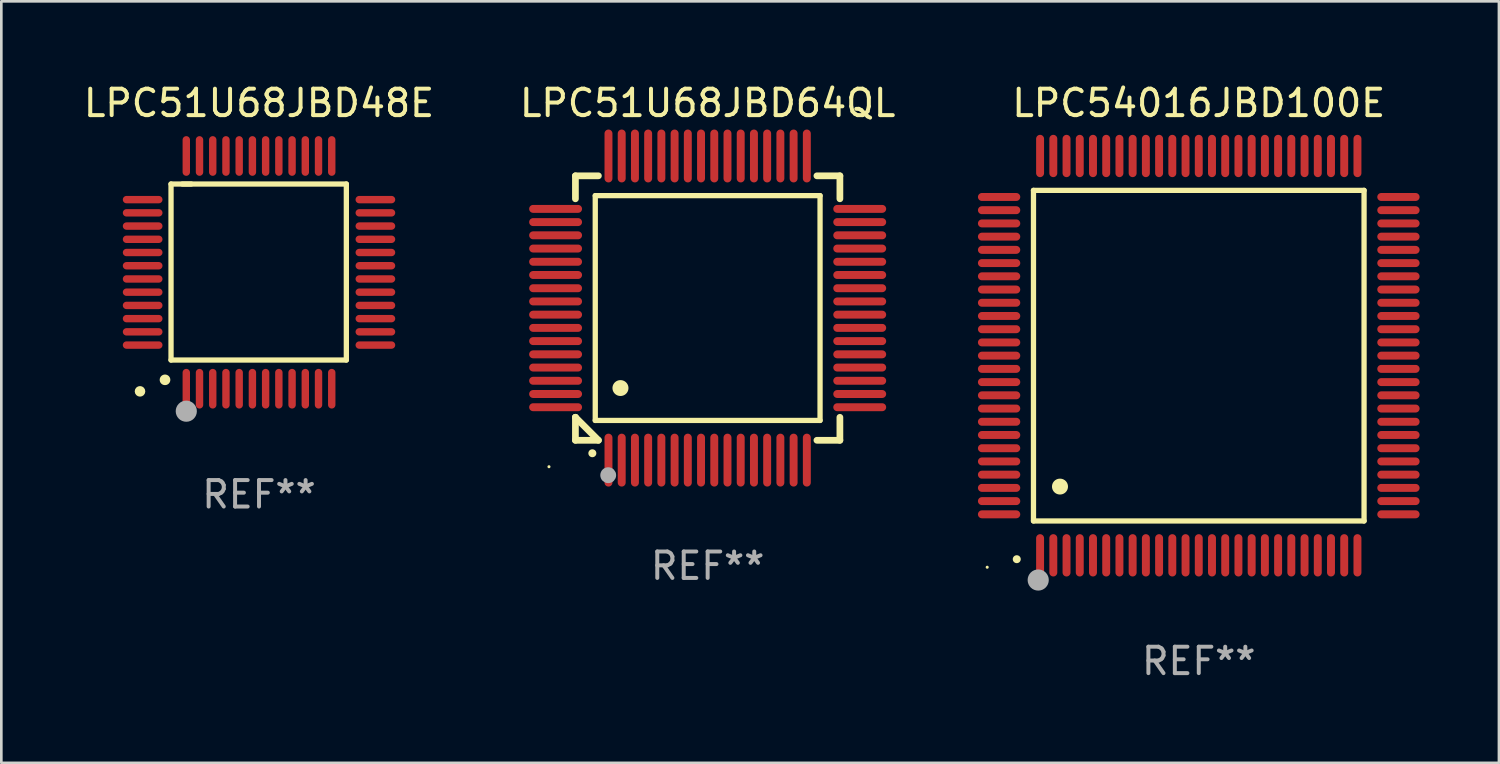
<source format=kicad_pcb>
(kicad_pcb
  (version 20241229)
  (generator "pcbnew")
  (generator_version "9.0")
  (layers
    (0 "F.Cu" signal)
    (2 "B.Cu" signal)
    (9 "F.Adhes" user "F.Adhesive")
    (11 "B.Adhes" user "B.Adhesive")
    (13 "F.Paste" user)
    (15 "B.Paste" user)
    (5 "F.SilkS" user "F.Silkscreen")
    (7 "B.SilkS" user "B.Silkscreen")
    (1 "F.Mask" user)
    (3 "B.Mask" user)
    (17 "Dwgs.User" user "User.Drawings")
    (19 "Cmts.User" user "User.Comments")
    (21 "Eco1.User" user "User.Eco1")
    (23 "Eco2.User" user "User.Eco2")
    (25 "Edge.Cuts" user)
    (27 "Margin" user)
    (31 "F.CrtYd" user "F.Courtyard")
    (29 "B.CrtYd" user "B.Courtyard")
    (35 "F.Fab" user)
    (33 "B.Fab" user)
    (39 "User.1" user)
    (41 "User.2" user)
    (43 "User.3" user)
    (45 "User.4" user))
  (footprint "LPC54016JBD100E"
    (layer "F.Cu")
    (at 42.278 10.398)
    (property "Reference" "LPC54016JBD100E" (at 0 -9.55 0) (layer "F.SilkS") (effects (font (size 1 1) (thickness 0.15))))
    (attr through_hole)
    (fp_line (start -6.25 -6.25) (end -6.25 6.25) (stroke (width 0.2) (type solid)) (layer "F.SilkS"))
    (fp_line (start -6.25 6.25) (end 6.25 6.25) (stroke (width 0.2) (type solid)) (layer "F.SilkS"))
    (fp_line (start 6.25 -6.25) (end -6.25 -6.25) (stroke (width 0.2) (type solid)) (layer "F.SilkS"))
    (fp_line (start 6.25 6.25) (end 6.25 -6.25) (stroke (width 0.2) (type solid)) (layer "F.SilkS"))
    (fp_arc (start -6.883414 7.696215) (mid -6.882144 7.69621) (end -6.880874 7.696215) (stroke (width 0.3) (type solid)) (layer "F.SilkS"))
    (fp_arc (start -5.250191 4.95047) (mid -5.247651 4.950459) (end -5.245111 4.95047) (stroke (width 0.6) (type solid)) (layer "F.SilkS"))
    (fp_circle (center -8 8) (end -7.97 8) (stroke (width 0.06) (type solid)) (fill no) (layer "F.SilkS"))
    (fp_circle (center -6.071 8.484) (end -5.871 8.484) (stroke (width 0.4) (type solid)) (fill no) (layer "F.Fab"))
    (fp_text user "REF**" (at 0 11.55 0) (layer "F.Fab") (effects (font (size 1 1) (thickness 0.15))))
    (pad "1" smd oval (at -6 7.55) (size 0.3 1.6) (layers "F.Cu" "F.Mask" "F.Paste"))
    (pad "2" smd oval (at -5.5 7.55) (size 0.3 1.6) (layers "F.Cu" "F.Mask" "F.Paste"))
    (pad "3" smd oval (at -5 7.55) (size 0.3 1.6) (layers "F.Cu" "F.Mask" "F.Paste"))
    (pad "4" smd oval (at -4.5 7.55) (size 0.3 1.6) (layers "F.Cu" "F.Mask" "F.Paste"))
    (pad "5" smd oval (at -4 7.55) (size 0.3 1.6) (layers "F.Cu" "F.Mask" "F.Paste"))
    (pad "6" smd oval (at -3.5 7.55) (size 0.3 1.6) (layers "F.Cu" "F.Mask" "F.Paste"))
    (pad "7" smd oval (at -3 7.55) (size 0.3 1.6) (layers "F.Cu" "F.Mask" "F.Paste"))
    (pad "8" smd oval (at -2.5 7.55) (size 0.3 1.6) (layers "F.Cu" "F.Mask" "F.Paste"))
    (pad "9" smd oval (at -2 7.55) (size 0.3 1.6) (layers "F.Cu" "F.Mask" "F.Paste"))
    (pad "10" smd oval (at -1.5 7.55) (size 0.3 1.6) (layers "F.Cu" "F.Mask" "F.Paste"))
    (pad "11" smd oval (at -1 7.55) (size 0.3 1.6) (layers "F.Cu" "F.Mask" "F.Paste"))
    (pad "12" smd oval (at -0.5 7.55) (size 0.3 1.6) (layers "F.Cu" "F.Mask" "F.Paste"))
    (pad "13" smd oval (at 0 7.55) (size 0.3 1.6) (layers "F.Cu" "F.Mask" "F.Paste"))
    (pad "14" smd oval (at 0.5 7.55) (size 0.3 1.6) (layers "F.Cu" "F.Mask" "F.Paste"))
    (pad "15" smd oval (at 1 7.55) (size 0.3 1.6) (layers "F.Cu" "F.Mask" "F.Paste"))
    (pad "16" smd oval (at 1.5 7.55) (size 0.3 1.6) (layers "F.Cu" "F.Mask" "F.Paste"))
    (pad "17" smd oval (at 2 7.55) (size 0.3 1.6) (layers "F.Cu" "F.Mask" "F.Paste"))
    (pad "18" smd oval (at 2.5 7.55) (size 0.3 1.6) (layers "F.Cu" "F.Mask" "F.Paste"))
    (pad "19" smd oval (at 3 7.55) (size 0.3 1.6) (layers "F.Cu" "F.Mask" "F.Paste"))
    (pad "20" smd oval (at 3.5 7.55) (size 0.3 1.6) (layers "F.Cu" "F.Mask" "F.Paste"))
    (pad "21" smd oval (at 4 7.55) (size 0.3 1.6) (layers "F.Cu" "F.Mask" "F.Paste"))
    (pad "22" smd oval (at 4.5 7.55) (size 0.3 1.6) (layers "F.Cu" "F.Mask" "F.Paste"))
    (pad "23" smd oval (at 5 7.55) (size 0.3 1.6) (layers "F.Cu" "F.Mask" "F.Paste"))
    (pad "24" smd oval (at 5.5 7.55) (size 0.3 1.6) (layers "F.Cu" "F.Mask" "F.Paste"))
    (pad "25" smd oval (at 6 7.55) (size 0.3 1.6) (layers "F.Cu" "F.Mask" "F.Paste"))
    (pad "26" smd oval (at 7.55 6) (size 1.6 0.3) (layers "F.Cu" "F.Mask" "F.Paste"))
    (pad "27" smd oval (at 7.55 5.5) (size 1.6 0.3) (layers "F.Cu" "F.Mask" "F.Paste"))
    (pad "28" smd oval (at 7.55 5) (size 1.6 0.3) (layers "F.Cu" "F.Mask" "F.Paste"))
    (pad "29" smd oval (at 7.55 4.5) (size 1.6 0.3) (layers "F.Cu" "F.Mask" "F.Paste"))
    (pad "30" smd oval (at 7.55 4) (size 1.6 0.3) (layers "F.Cu" "F.Mask" "F.Paste"))
    (pad "31" smd oval (at 7.55 3.5) (size 1.6 0.3) (layers "F.Cu" "F.Mask" "F.Paste"))
    (pad "32" smd oval (at 7.55 3) (size 1.6 0.3) (layers "F.Cu" "F.Mask" "F.Paste"))
    (pad "33" smd oval (at 7.55 2.5) (size 1.6 0.3) (layers "F.Cu" "F.Mask" "F.Paste"))
    (pad "34" smd oval (at 7.55 2) (size 1.6 0.3) (layers "F.Cu" "F.Mask" "F.Paste"))
    (pad "35" smd oval (at 7.55 1.5) (size 1.6 0.3) (layers "F.Cu" "F.Mask" "F.Paste"))
    (pad "36" smd oval (at 7.55 1) (size 1.6 0.3) (layers "F.Cu" "F.Mask" "F.Paste"))
    (pad "37" smd oval (at 7.55 0.5) (size 1.6 0.3) (layers "F.Cu" "F.Mask" "F.Paste"))
    (pad "38" smd oval (at 7.55 0) (size 1.6 0.3) (layers "F.Cu" "F.Mask" "F.Paste"))
    (pad "39" smd oval (at 7.55 -0.5) (size 1.6 0.3) (layers "F.Cu" "F.Mask" "F.Paste"))
    (pad "40" smd oval (at 7.55 -1) (size 1.6 0.3) (layers "F.Cu" "F.Mask" "F.Paste"))
    (pad "41" smd oval (at 7.55 -1.5) (size 1.6 0.3) (layers "F.Cu" "F.Mask" "F.Paste"))
    (pad "42" smd oval (at 7.55 -2) (size 1.6 0.3) (layers "F.Cu" "F.Mask" "F.Paste"))
    (pad "43" smd oval (at 7.55 -2.5) (size 1.6 0.3) (layers "F.Cu" "F.Mask" "F.Paste"))
    (pad "44" smd oval (at 7.55 -3) (size 1.6 0.3) (layers "F.Cu" "F.Mask" "F.Paste"))
    (pad "45" smd oval (at 7.55 -3.5) (size 1.6 0.3) (layers "F.Cu" "F.Mask" "F.Paste"))
    (pad "46" smd oval (at 7.55 -4) (size 1.6 0.3) (layers "F.Cu" "F.Mask" "F.Paste"))
    (pad "47" smd oval (at 7.55 -4.5) (size 1.6 0.3) (layers "F.Cu" "F.Mask" "F.Paste"))
    (pad "48" smd oval (at 7.55 -5) (size 1.6 0.3) (layers "F.Cu" "F.Mask" "F.Paste"))
    (pad "49" smd oval (at 7.55 -5.5) (size 1.6 0.3) (layers "F.Cu" "F.Mask" "F.Paste"))
    (pad "50" smd oval (at 7.55 -6) (size 1.6 0.3) (layers "F.Cu" "F.Mask" "F.Paste"))
    (pad "51" smd oval (at 6 -7.55) (size 0.3 1.6) (layers "F.Cu" "F.Mask" "F.Paste"))
    (pad "52" smd oval (at 5.5 -7.55) (size 0.3 1.6) (layers "F.Cu" "F.Mask" "F.Paste"))
    (pad "53" smd oval (at 5 -7.55) (size 0.3 1.6) (layers "F.Cu" "F.Mask" "F.Paste"))
    (pad "54" smd oval (at 4.5 -7.55) (size 0.3 1.6) (layers "F.Cu" "F.Mask" "F.Paste"))
    (pad "55" smd oval (at 4 -7.55) (size 0.3 1.6) (layers "F.Cu" "F.Mask" "F.Paste"))
    (pad "56" smd oval (at 3.5 -7.55) (size 0.3 1.6) (layers "F.Cu" "F.Mask" "F.Paste"))
    (pad "57" smd oval (at 3 -7.55) (size 0.3 1.6) (layers "F.Cu" "F.Mask" "F.Paste"))
    (pad "58" smd oval (at 2.5 -7.55) (size 0.3 1.6) (layers "F.Cu" "F.Mask" "F.Paste"))
    (pad "59" smd oval (at 2 -7.55) (size 0.3 1.6) (layers "F.Cu" "F.Mask" "F.Paste"))
    (pad "60" smd oval (at 1.5 -7.55) (size 0.3 1.6) (layers "F.Cu" "F.Mask" "F.Paste"))
    (pad "61" smd oval (at 1 -7.55) (size 0.3 1.6) (layers "F.Cu" "F.Mask" "F.Paste"))
    (pad "62" smd oval (at 0.5 -7.55) (size 0.3 1.6) (layers "F.Cu" "F.Mask" "F.Paste"))
    (pad "63" smd oval (at 0 -7.55) (size 0.3 1.6) (layers "F.Cu" "F.Mask" "F.Paste"))
    (pad "64" smd oval (at -0.5 -7.55) (size 0.3 1.6) (layers "F.Cu" "F.Mask" "F.Paste"))
    (pad "65" smd oval (at -1 -7.55) (size 0.3 1.6) (layers "F.Cu" "F.Mask" "F.Paste"))
    (pad "66" smd oval (at -1.5 -7.55) (size 0.3 1.6) (layers "F.Cu" "F.Mask" "F.Paste"))
    (pad "67" smd oval (at -2 -7.55) (size 0.3 1.6) (layers "F.Cu" "F.Mask" "F.Paste"))
    (pad "68" smd oval (at -2.5 -7.55) (size 0.3 1.6) (layers "F.Cu" "F.Mask" "F.Paste"))
    (pad "69" smd oval (at -3 -7.55) (size 0.3 1.6) (layers "F.Cu" "F.Mask" "F.Paste"))
    (pad "70" smd oval (at -3.5 -7.55) (size 0.3 1.6) (layers "F.Cu" "F.Mask" "F.Paste"))
    (pad "71" smd oval (at -4 -7.55) (size 0.3 1.6) (layers "F.Cu" "F.Mask" "F.Paste"))
    (pad "72" smd oval (at -4.5 -7.55) (size 0.3 1.6) (layers "F.Cu" "F.Mask" "F.Paste"))
    (pad "73" smd oval (at -5 -7.55) (size 0.3 1.6) (layers "F.Cu" "F.Mask" "F.Paste"))
    (pad "74" smd oval (at -5.5 -7.55) (size 0.3 1.6) (layers "F.Cu" "F.Mask" "F.Paste"))
    (pad "75" smd oval (at -6 -7.55) (size 0.3 1.6) (layers "F.Cu" "F.Mask" "F.Paste"))
    (pad "76" smd oval (at -7.55 -6) (size 1.6 0.3) (layers "F.Cu" "F.Mask" "F.Paste"))
    (pad "77" smd oval (at -7.55 -5.5) (size 1.6 0.3) (layers "F.Cu" "F.Mask" "F.Paste"))
    (pad "78" smd oval (at -7.55 -5) (size 1.6 0.3) (layers "F.Cu" "F.Mask" "F.Paste"))
    (pad "79" smd oval (at -7.55 -4.5) (size 1.6 0.3) (layers "F.Cu" "F.Mask" "F.Paste"))
    (pad "80" smd oval (at -7.55 -4) (size 1.6 0.3) (layers "F.Cu" "F.Mask" "F.Paste"))
    (pad "81" smd oval (at -7.55 -3.5) (size 1.6 0.3) (layers "F.Cu" "F.Mask" "F.Paste"))
    (pad "82" smd oval (at -7.55 -3) (size 1.6 0.3) (layers "F.Cu" "F.Mask" "F.Paste"))
    (pad "83" smd oval (at -7.55 -2.5) (size 1.6 0.3) (layers "F.Cu" "F.Mask" "F.Paste"))
    (pad "84" smd oval (at -7.55 -2) (size 1.6 0.3) (layers "F.Cu" "F.Mask" "F.Paste"))
    (pad "85" smd oval (at -7.55 -1.5) (size 1.6 0.3) (layers "F.Cu" "F.Mask" "F.Paste"))
    (pad "86" smd oval (at -7.55 -1) (size 1.6 0.3) (layers "F.Cu" "F.Mask" "F.Paste"))
    (pad "87" smd oval (at -7.55 -0.5) (size 1.6 0.3) (layers "F.Cu" "F.Mask" "F.Paste"))
    (pad "88" smd oval (at -7.55 0) (size 1.6 0.3) (layers "F.Cu" "F.Mask" "F.Paste"))
    (pad "89" smd oval (at -7.55 0.5) (size 1.6 0.3) (layers "F.Cu" "F.Mask" "F.Paste"))
    (pad "90" smd oval (at -7.55 1) (size 1.6 0.3) (layers "F.Cu" "F.Mask" "F.Paste"))
    (pad "91" smd oval (at -7.55 1.5) (size 1.6 0.3) (layers "F.Cu" "F.Mask" "F.Paste"))
    (pad "92" smd oval (at -7.55 2) (size 1.6 0.3) (layers "F.Cu" "F.Mask" "F.Paste"))
    (pad "93" smd oval (at -7.55 2.5) (size 1.6 0.3) (layers "F.Cu" "F.Mask" "F.Paste"))
    (pad "94" smd oval (at -7.55 3) (size 1.6 0.3) (layers "F.Cu" "F.Mask" "F.Paste"))
    (pad "95" smd oval (at -7.55 3.5) (size 1.6 0.3) (layers "F.Cu" "F.Mask" "F.Paste"))
    (pad "96" smd oval (at -7.55 4) (size 1.6 0.3) (layers "F.Cu" "F.Mask" "F.Paste"))
    (pad "97" smd oval (at -7.55 4.5) (size 1.6 0.3) (layers "F.Cu" "F.Mask" "F.Paste"))
    (pad "98" smd oval (at -7.55 5) (size 1.6 0.3) (layers "F.Cu" "F.Mask" "F.Paste"))
    (pad "99" smd oval (at -7.55 5.5) (size 1.6 0.3) (layers "F.Cu" "F.Mask" "F.Paste"))
    (pad "100" smd oval (at -7.55 6) (size 1.6 0.3) (layers "F.Cu" "F.Mask" "F.Paste")))
  (footprint "LPC51U68JBD48E"
    (layer "F.Cu")
    (at 6.744 7.248)
    (property "Reference" "LPC51U68JBD48E" (at 0 -6.4 0) (layer "F.SilkS") (effects (font (size 1 1) (thickness 0.15))))
    (attr through_hole)
    (fp_line (start -3.327 -3.34) (end -2.565 -3.34) (stroke (width 0.2) (type solid)) (layer "F.SilkS"))
    (fp_line (start -3.327 3.315) (end -3.327 -3.34) (stroke (width 0.2) (type solid)) (layer "F.SilkS"))
    (fp_line (start -2.896 -3.34) (end 3.302 -3.34) (stroke (width 0.2) (type solid)) (layer "F.SilkS"))
    (fp_line (start 3.302 -3.34) (end 3.302 3.315) (stroke (width 0.2) (type solid)) (layer "F.SilkS"))
    (fp_line (start 3.302 3.315) (end -3.327 3.315) (stroke (width 0.2) (type solid)) (layer "F.SilkS"))
    (fp_arc (start -3.556007 4.064008) (mid -3.554737 4.064004) (end -3.553467 4.064008) (stroke (width 0.4) (type solid)) (layer "F.SilkS"))
    (fp_circle (center -4.5 4.5) (end -4.4 4.5) (stroke (width 0.2) (type solid)) (fill no) (layer "F.SilkS"))
    (fp_circle (center -2.75 5.25) (end -2.55 5.25) (stroke (width 0.4) (type solid)) (fill no) (layer "F.Fab"))
    (fp_text user "REF**" (at 0 8.4 0) (layer "F.Fab") (effects (font (size 1 1) (thickness 0.15))))
    (pad "1" smd oval (at -2.75 4.4 180) (size 0.28 1.5) (layers "F.Cu" "F.Mask" "F.Paste"))
    (pad "2" smd oval (at -2.25 4.4 180) (size 0.28 1.5) (layers "F.Cu" "F.Mask" "F.Paste"))
    (pad "3" smd oval (at -1.75 4.4 180) (size 0.28 1.5) (layers "F.Cu" "F.Mask" "F.Paste"))
    (pad "4" smd oval (at -1.25 4.4 180) (size 0.28 1.5) (layers "F.Cu" "F.Mask" "F.Paste"))
    (pad "5" smd oval (at -0.75 4.4 180) (size 0.28 1.5) (layers "F.Cu" "F.Mask" "F.Paste"))
    (pad "6" smd oval (at -0.25 4.4 180) (size 0.28 1.5) (layers "F.Cu" "F.Mask" "F.Paste"))
    (pad "7" smd oval (at 0.25 4.4 180) (size 0.28 1.5) (layers "F.Cu" "F.Mask" "F.Paste"))
    (pad "8" smd oval (at 0.75 4.4 180) (size 0.28 1.5) (layers "F.Cu" "F.Mask" "F.Paste"))
    (pad "9" smd oval (at 1.25 4.4 180) (size 0.28 1.5) (layers "F.Cu" "F.Mask" "F.Paste"))
    (pad "10" smd oval (at 1.75 4.4 180) (size 0.28 1.5) (layers "F.Cu" "F.Mask" "F.Paste"))
    (pad "11" smd oval (at 2.25 4.4 180) (size 0.28 1.5) (layers "F.Cu" "F.Mask" "F.Paste"))
    (pad "12" smd oval (at 2.75 4.4 180) (size 0.28 1.5) (layers "F.Cu" "F.Mask" "F.Paste"))
    (pad "13" smd oval (at 4.4 2.75 90) (size 0.28 1.5) (layers "F.Cu" "F.Mask" "F.Paste"))
    (pad "14" smd oval (at 4.4 2.25 90) (size 0.28 1.5) (layers "F.Cu" "F.Mask" "F.Paste"))
    (pad "15" smd oval (at 4.4 1.75 90) (size 0.28 1.5) (layers "F.Cu" "F.Mask" "F.Paste"))
    (pad "16" smd oval (at 4.4 1.25 90) (size 0.28 1.5) (layers "F.Cu" "F.Mask" "F.Paste"))
    (pad "17" smd oval (at 4.4 0.75 90) (size 0.28 1.5) (layers "F.Cu" "F.Mask" "F.Paste"))
    (pad "18" smd oval (at 4.4 0.25 90) (size 0.28 1.5) (layers "F.Cu" "F.Mask" "F.Paste"))
    (pad "19" smd oval (at 4.4 -0.25 90) (size 0.28 1.5) (layers "F.Cu" "F.Mask" "F.Paste"))
    (pad "20" smd oval (at 4.4 -0.75 90) (size 0.28 1.5) (layers "F.Cu" "F.Mask" "F.Paste"))
    (pad "21" smd oval (at 4.4 -1.25 90) (size 0.28 1.5) (layers "F.Cu" "F.Mask" "F.Paste"))
    (pad "22" smd oval (at 4.4 -1.75 90) (size 0.28 1.5) (layers "F.Cu" "F.Mask" "F.Paste"))
    (pad "23" smd oval (at 4.4 -2.25 90) (size 0.28 1.5) (layers "F.Cu" "F.Mask" "F.Paste"))
    (pad "24" smd oval (at 4.4 -2.75 90) (size 0.28 1.5) (layers "F.Cu" "F.Mask" "F.Paste"))
    (pad "25" smd oval (at 2.75 -4.4 180) (size 0.28 1.5) (layers "F.Cu" "F.Mask" "F.Paste"))
    (pad "26" smd oval (at 2.25 -4.4 180) (size 0.28 1.5) (layers "F.Cu" "F.Mask" "F.Paste"))
    (pad "27" smd oval (at 1.75 -4.4 180) (size 0.28 1.5) (layers "F.Cu" "F.Mask" "F.Paste"))
    (pad "28" smd oval (at 1.25 -4.4 180) (size 0.28 1.5) (layers "F.Cu" "F.Mask" "F.Paste"))
    (pad "29" smd oval (at 0.75 -4.4 180) (size 0.28 1.5) (layers "F.Cu" "F.Mask" "F.Paste"))
    (pad "30" smd oval (at 0.25 -4.4 180) (size 0.28 1.5) (layers "F.Cu" "F.Mask" "F.Paste"))
    (pad "31" smd oval (at -0.25 -4.4 180) (size 0.28 1.5) (layers "F.Cu" "F.Mask" "F.Paste"))
    (pad "32" smd oval (at -0.75 -4.4 180) (size 0.28 1.5) (layers "F.Cu" "F.Mask" "F.Paste"))
    (pad "33" smd oval (at -1.25 -4.4 180) (size 0.28 1.5) (layers "F.Cu" "F.Mask" "F.Paste"))
    (pad "34" smd oval (at -1.75 -4.4 180) (size 0.28 1.5) (layers "F.Cu" "F.Mask" "F.Paste"))
    (pad "35" smd oval (at -2.25 -4.4 180) (size 0.28 1.5) (layers "F.Cu" "F.Mask" "F.Paste"))
    (pad "36" smd oval (at -2.75 -4.4 180) (size 0.28 1.5) (layers "F.Cu" "F.Mask" "F.Paste"))
    (pad "37" smd oval (at -4.4 -2.75 90) (size 0.28 1.5) (layers "F.Cu" "F.Mask" "F.Paste"))
    (pad "38" smd oval (at -4.4 -2.25 90) (size 0.28 1.5) (layers "F.Cu" "F.Mask" "F.Paste"))
    (pad "39" smd oval (at -4.4 -1.75 90) (size 0.28 1.5) (layers "F.Cu" "F.Mask" "F.Paste"))
    (pad "40" smd oval (at -4.4 -1.25 90) (size 0.28 1.5) (layers "F.Cu" "F.Mask" "F.Paste"))
    (pad "41" smd oval (at -4.4 -0.75 90) (size 0.28 1.5) (layers "F.Cu" "F.Mask" "F.Paste"))
    (pad "42" smd oval (at -4.4 -0.25 90) (size 0.28 1.5) (layers "F.Cu" "F.Mask" "F.Paste"))
    (pad "43" smd oval (at -4.4 0.25 90) (size 0.28 1.5) (layers "F.Cu" "F.Mask" "F.Paste"))
    (pad "44" smd oval (at -4.4 0.75 90) (size 0.28 1.5) (layers "F.Cu" "F.Mask" "F.Paste"))
    (pad "45" smd oval (at -4.4 1.25 90) (size 0.28 1.5) (layers "F.Cu" "F.Mask" "F.Paste"))
    (pad "46" smd oval (at -4.4 1.75 90) (size 0.28 1.5) (layers "F.Cu" "F.Mask" "F.Paste"))
    (pad "47" smd oval (at -4.4 2.25 90) (size 0.28 1.5) (layers "F.Cu" "F.Mask" "F.Paste"))
    (pad "48" smd oval (at -4.4 2.75 90) (size 0.28 1.5) (layers "F.Cu" "F.Mask" "F.Paste")))
  (footprint "LPC51U68JBD64QL"
    (layer "F.Cu")
    (at 23.708 8.598)
    (property "Reference" "LPC51U68JBD64QL" (at 0 -7.75 0) (layer "F.SilkS") (effects (font (size 1 1) (thickness 0.15))))
    (attr through_hole)
    (fp_line (start -5 -5) (end -4.131 -5) (stroke (width 0.254) (type solid)) (layer "F.SilkS"))
    (fp_line (start -5 -4.131) (end -5 -5) (stroke (width 0.254) (type solid)) (layer "F.SilkS"))
    (fp_line (start -5 4.131) (end -5 4.131) (stroke (width 0.254) (type solid)) (layer "F.SilkS"))
    (fp_line (start -5 5) (end -5 4.131) (stroke (width 0.254) (type solid)) (layer "F.SilkS"))
    (fp_line (start -5 4.131) (end -4.131 5) (stroke (width 0.254) (type solid)) (layer "F.SilkS"))
    (fp_line (start -4.25 -4.25) (end -4.25 4.25) (stroke (width 0.2) (type solid)) (layer "F.SilkS"))
    (fp_line (start -4.25 4.25) (end 4.25 4.25) (stroke (width 0.2) (type solid)) (layer "F.SilkS"))
    (fp_line (start -4.131 5) (end -5 5) (stroke (width 0.254) (type solid)) (layer "F.SilkS"))
    (fp_line (start 4.25 -4.25) (end -4.25 -4.25) (stroke (width 0.2) (type solid)) (layer "F.SilkS"))
    (fp_line (start 4.25 4.25) (end 4.25 -4.25) (stroke (width 0.2) (type solid)) (layer "F.SilkS"))
    (fp_line (start 5 -5) (end 4.131 -5) (stroke (width 0.254) (type solid)) (layer "F.SilkS"))
    (fp_line (start 5 -5) (end 5 -4.131) (stroke (width 0.254) (type solid)) (layer "F.SilkS"))
    (fp_line (start 5 4.131) (end 5 5) (stroke (width 0.254) (type solid)) (layer "F.SilkS"))
    (fp_line (start 5 5) (end 4.131 5) (stroke (width 0.254) (type solid)) (layer "F.SilkS"))
    (fp_arc (start -4.361265 5.489992) (mid -4.359995 5.489987) (end -4.358725 5.489992) (stroke (width 0.3) (type solid)) (layer "F.SilkS"))
    (fp_arc (start -3.299467 3.025146) (mid -3.296927 3.025135) (end -3.294387 3.025146) (stroke (width 0.6) (type solid)) (layer "F.SilkS"))
    (fp_circle (center -6 6) (end -5.97 6) (stroke (width 0.06) (type solid)) (fill no) (layer "F.SilkS"))
    (fp_circle (center -3.76 6.32) (end -3.61 6.32) (stroke (width 0.3) (type solid)) (fill no) (layer "F.Fab"))
    (fp_text user "REF**" (at 0 9.75 0) (layer "F.Fab") (effects (font (size 1 1) (thickness 0.15))))
    (pad "1" smd oval (at -3.75 5.75) (size 0.3 2) (layers "F.Cu" "F.Mask" "F.Paste"))
    (pad "2" smd oval (at -3.25 5.75) (size 0.3 2) (layers "F.Cu" "F.Mask" "F.Paste"))
    (pad "3" smd oval (at -2.75 5.75) (size 0.3 2) (layers "F.Cu" "F.Mask" "F.Paste"))
    (pad "4" smd oval (at -2.25 5.75) (size 0.3 2) (layers "F.Cu" "F.Mask" "F.Paste"))
    (pad "5" smd oval (at -1.75 5.75) (size 0.3 2) (layers "F.Cu" "F.Mask" "F.Paste"))
    (pad "6" smd oval (at -1.25 5.75) (size 0.3 2) (layers "F.Cu" "F.Mask" "F.Paste"))
    (pad "7" smd oval (at -0.75 5.75) (size 0.3 2) (layers "F.Cu" "F.Mask" "F.Paste"))
    (pad "8" smd oval (at -0.25 5.75) (size 0.3 2) (layers "F.Cu" "F.Mask" "F.Paste"))
    (pad "9" smd oval (at 0.25 5.75) (size 0.3 2) (layers "F.Cu" "F.Mask" "F.Paste"))
    (pad "10" smd oval (at 0.75 5.75) (size 0.3 2) (layers "F.Cu" "F.Mask" "F.Paste"))
    (pad "11" smd oval (at 1.25 5.75) (size 0.3 2) (layers "F.Cu" "F.Mask" "F.Paste"))
    (pad "12" smd oval (at 1.75 5.75) (size 0.3 2) (layers "F.Cu" "F.Mask" "F.Paste"))
    (pad "13" smd oval (at 2.25 5.75) (size 0.3 2) (layers "F.Cu" "F.Mask" "F.Paste"))
    (pad "14" smd oval (at 2.75 5.75) (size 0.3 2) (layers "F.Cu" "F.Mask" "F.Paste"))
    (pad "15" smd oval (at 3.25 5.75) (size 0.3 2) (layers "F.Cu" "F.Mask" "F.Paste"))
    (pad "16" smd oval (at 3.75 5.75) (size 0.3 2) (layers "F.Cu" "F.Mask" "F.Paste"))
    (pad "17" smd oval (at 5.75 3.75) (size 2 0.3) (layers "F.Cu" "F.Mask" "F.Paste"))
    (pad "18" smd oval (at 5.75 3.25) (size 2 0.3) (layers "F.Cu" "F.Mask" "F.Paste"))
    (pad "19" smd oval (at 5.75 2.75) (size 2 0.3) (layers "F.Cu" "F.Mask" "F.Paste"))
    (pad "20" smd oval (at 5.75 2.25) (size 2 0.3) (layers "F.Cu" "F.Mask" "F.Paste"))
    (pad "21" smd oval (at 5.75 1.75) (size 2 0.3) (layers "F.Cu" "F.Mask" "F.Paste"))
    (pad "22" smd oval (at 5.75 1.25) (size 2 0.3) (layers "F.Cu" "F.Mask" "F.Paste"))
    (pad "23" smd oval (at 5.75 0.75) (size 2 0.3) (layers "F.Cu" "F.Mask" "F.Paste"))
    (pad "24" smd oval (at 5.75 0.25) (size 2 0.3) (layers "F.Cu" "F.Mask" "F.Paste"))
    (pad "25" smd oval (at 5.75 -0.25) (size 2 0.3) (layers "F.Cu" "F.Mask" "F.Paste"))
    (pad "26" smd oval (at 5.75 -0.75) (size 2 0.3) (layers "F.Cu" "F.Mask" "F.Paste"))
    (pad "27" smd oval (at 5.75 -1.25) (size 2 0.3) (layers "F.Cu" "F.Mask" "F.Paste"))
    (pad "28" smd oval (at 5.75 -1.75) (size 2 0.3) (layers "F.Cu" "F.Mask" "F.Paste"))
    (pad "29" smd oval (at 5.75 -2.25) (size 2 0.3) (layers "F.Cu" "F.Mask" "F.Paste"))
    (pad "30" smd oval (at 5.75 -2.75) (size 2 0.3) (layers "F.Cu" "F.Mask" "F.Paste"))
    (pad "31" smd oval (at 5.75 -3.25) (size 2 0.3) (layers "F.Cu" "F.Mask" "F.Paste"))
    (pad "32" smd oval (at 5.75 -3.75) (size 2 0.3) (layers "F.Cu" "F.Mask" "F.Paste"))
    (pad "33" smd oval (at 3.75 -5.75) (size 0.3 2) (layers "F.Cu" "F.Mask" "F.Paste"))
    (pad "34" smd oval (at 3.25 -5.75) (size 0.3 2) (layers "F.Cu" "F.Mask" "F.Paste"))
    (pad "35" smd oval (at 2.75 -5.75) (size 0.3 2) (layers "F.Cu" "F.Mask" "F.Paste"))
    (pad "36" smd oval (at 2.25 -5.75) (size 0.3 2) (layers "F.Cu" "F.Mask" "F.Paste"))
    (pad "37" smd oval (at 1.75 -5.75) (size 0.3 2) (layers "F.Cu" "F.Mask" "F.Paste"))
    (pad "38" smd oval (at 1.25 -5.75) (size 0.3 2) (layers "F.Cu" "F.Mask" "F.Paste"))
    (pad "39" smd oval (at 0.75 -5.75) (size 0.3 2) (layers "F.Cu" "F.Mask" "F.Paste"))
    (pad "40" smd oval (at 0.25 -5.75) (size 0.3 2) (layers "F.Cu" "F.Mask" "F.Paste"))
    (pad "41" smd oval (at -0.25 -5.75) (size 0.3 2) (layers "F.Cu" "F.Mask" "F.Paste"))
    (pad "42" smd oval (at -0.75 -5.75) (size 0.3 2) (layers "F.Cu" "F.Mask" "F.Paste"))
    (pad "43" smd oval (at -1.25 -5.75) (size 0.3 2) (layers "F.Cu" "F.Mask" "F.Paste"))
    (pad "44" smd oval (at -1.75 -5.75) (size 0.3 2) (layers "F.Cu" "F.Mask" "F.Paste"))
    (pad "45" smd oval (at -2.25 -5.75) (size 0.3 2) (layers "F.Cu" "F.Mask" "F.Paste"))
    (pad "46" smd oval (at -2.75 -5.75) (size 0.3 2) (layers "F.Cu" "F.Mask" "F.Paste"))
    (pad "47" smd oval (at -3.25 -5.75) (size 0.3 2) (layers "F.Cu" "F.Mask" "F.Paste"))
    (pad "48" smd oval (at -3.75 -5.75) (size 0.3 2) (layers "F.Cu" "F.Mask" "F.Paste"))
    (pad "49" smd oval (at -5.75 -3.75) (size 2 0.3) (layers "F.Cu" "F.Mask" "F.Paste"))
    (pad "50" smd oval (at -5.75 -3.25) (size 2 0.3) (layers "F.Cu" "F.Mask" "F.Paste"))
    (pad "51" smd oval (at -5.75 -2.75) (size 2 0.3) (layers "F.Cu" "F.Mask" "F.Paste"))
    (pad "52" smd oval (at -5.75 -2.25) (size 2 0.3) (layers "F.Cu" "F.Mask" "F.Paste"))
    (pad "53" smd oval (at -5.75 -1.75) (size 2 0.3) (layers "F.Cu" "F.Mask" "F.Paste"))
    (pad "54" smd oval (at -5.75 -1.25) (size 2 0.3) (layers "F.Cu" "F.Mask" "F.Paste"))
    (pad "55" smd oval (at -5.75 -0.75) (size 2 0.3) (layers "F.Cu" "F.Mask" "F.Paste"))
    (pad "56" smd oval (at -5.75 -0.25) (size 2 0.3) (layers "F.Cu" "F.Mask" "F.Paste"))
    (pad "57" smd oval (at -5.75 0.25) (size 2 0.3) (layers "F.Cu" "F.Mask" "F.Paste"))
    (pad "58" smd oval (at -5.75 0.75) (size 2 0.3) (layers "F.Cu" "F.Mask" "F.Paste"))
    (pad "59" smd oval (at -5.75 1.25) (size 2 0.3) (layers "F.Cu" "F.Mask" "F.Paste"))
    (pad "60" smd oval (at -5.75 1.75) (size 2 0.3) (layers "F.Cu" "F.Mask" "F.Paste"))
    (pad "61" smd oval (at -5.75 2.25) (size 2 0.3) (layers "F.Cu" "F.Mask" "F.Paste"))
    (pad "62" smd oval (at -5.75 2.75) (size 2 0.3) (layers "F.Cu" "F.Mask" "F.Paste"))
    (pad "63" smd oval (at -5.75 3.25) (size 2 0.3) (layers "F.Cu" "F.Mask" "F.Paste"))
    (pad "64" smd oval (at -5.75 3.75) (size 2 0.3) (layers "F.Cu" "F.Mask" "F.Paste")))
  (gr_rect
    (start -3 -3)
    (end 53.628 25.796)
    (stroke (width 0.1) (type default))
    (fill no)
    (layer "Edge.Cuts")))
</source>
